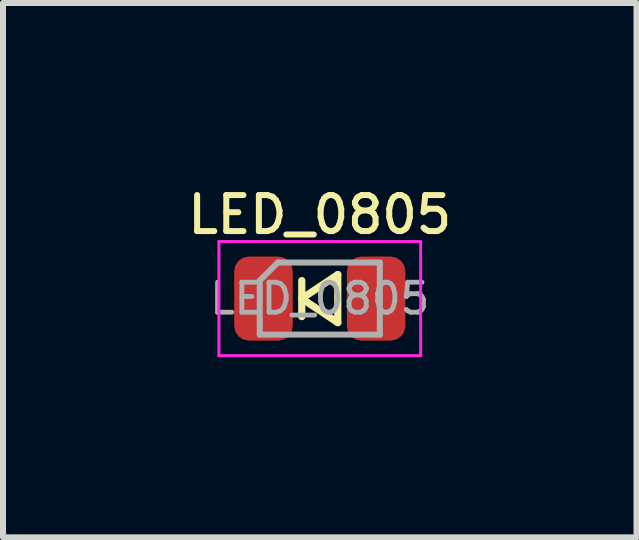
<source format=kicad_pcb>
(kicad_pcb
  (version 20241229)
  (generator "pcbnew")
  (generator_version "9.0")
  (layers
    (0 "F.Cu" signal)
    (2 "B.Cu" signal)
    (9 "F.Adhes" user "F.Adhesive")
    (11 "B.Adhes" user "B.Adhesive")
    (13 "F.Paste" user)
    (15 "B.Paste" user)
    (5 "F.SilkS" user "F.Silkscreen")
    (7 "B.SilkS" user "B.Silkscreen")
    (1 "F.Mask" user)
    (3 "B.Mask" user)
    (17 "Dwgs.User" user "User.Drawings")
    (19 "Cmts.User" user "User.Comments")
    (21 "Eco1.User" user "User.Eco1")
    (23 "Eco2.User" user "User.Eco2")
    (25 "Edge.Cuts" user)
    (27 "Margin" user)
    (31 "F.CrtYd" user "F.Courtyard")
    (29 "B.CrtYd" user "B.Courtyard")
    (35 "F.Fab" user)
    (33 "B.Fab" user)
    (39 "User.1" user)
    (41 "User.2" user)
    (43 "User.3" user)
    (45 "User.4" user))
  (footprint "LED_0805"
    (layer "F.Cu")
    (at 2.276 1.923)
    (property "Reference" "LED_0805" (at 0 -1.397 0) (layer "F.SilkS") (effects (font (size 0.6 0.6) (thickness 0.1))))
    (attr smd)
    (fp_line (start -0.3 -0.3) (end -0.3 0.3) (stroke (width 0.12) (type solid)) (layer "F.SilkS"))
    (fp_line (start -0.3 0) (end 0.3 -0.4) (stroke (width 0.12) (type solid)) (layer "F.SilkS"))
    (fp_line (start 0.3 -0.4) (end 0.3 0.4) (stroke (width 0.12) (type solid)) (layer "F.SilkS"))
    (fp_line (start 0.3 0.4) (end -0.3 0) (stroke (width 0.12) (type solid)) (layer "F.SilkS"))
    (fp_line (start -1.68 -0.95) (end 1.68 -0.95) (stroke (width 0.05) (type solid)) (layer "F.CrtYd"))
    (fp_line (start -1.68 0.95) (end -1.68 -0.95) (stroke (width 0.05) (type solid)) (layer "F.CrtYd"))
    (fp_line (start 1.68 -0.95) (end 1.68 0.95) (stroke (width 0.05) (type solid)) (layer "F.CrtYd"))
    (fp_line (start 1.68 0.95) (end -1.68 0.95) (stroke (width 0.05) (type solid)) (layer "F.CrtYd"))
    (fp_line (start -1 -0.3) (end -1 0.6) (stroke (width 0.1) (type solid)) (layer "F.Fab"))
    (fp_line (start -1 0.6) (end 1 0.6) (stroke (width 0.1) (type solid)) (layer "F.Fab"))
    (fp_line (start -0.7 -0.6) (end -1 -0.3) (stroke (width 0.1) (type solid)) (layer "F.Fab"))
    (fp_line (start 1 -0.6) (end -0.7 -0.6) (stroke (width 0.1) (type solid)) (layer "F.Fab"))
    (fp_line (start 1 0.6) (end 1 -0.6) (stroke (width 0.1) (type solid)) (layer "F.Fab"))
    (fp_text user "${REFERENCE}" (at 0 0 0) (layer "F.Fab") (effects (font (size 0.5 0.5) (thickness 0.08))))
    (pad "1" smd roundrect (at -0.938 0) (size 0.975 1.4) (layers "F.Cu" "F.Mask" "F.Paste") (roundrect_rratio 0.25))
    (pad "2" smd roundrect (at 0.938 0) (size 0.975 1.4) (layers "F.Cu" "F.Mask" "F.Paste") (roundrect_rratio 0.25)))
  (gr_rect
    (start -3 -3)
    (end 7.551 5.899)
    (stroke (width 0.1) (type default))
    (fill no)
    (layer "Edge.Cuts")))
</source>
